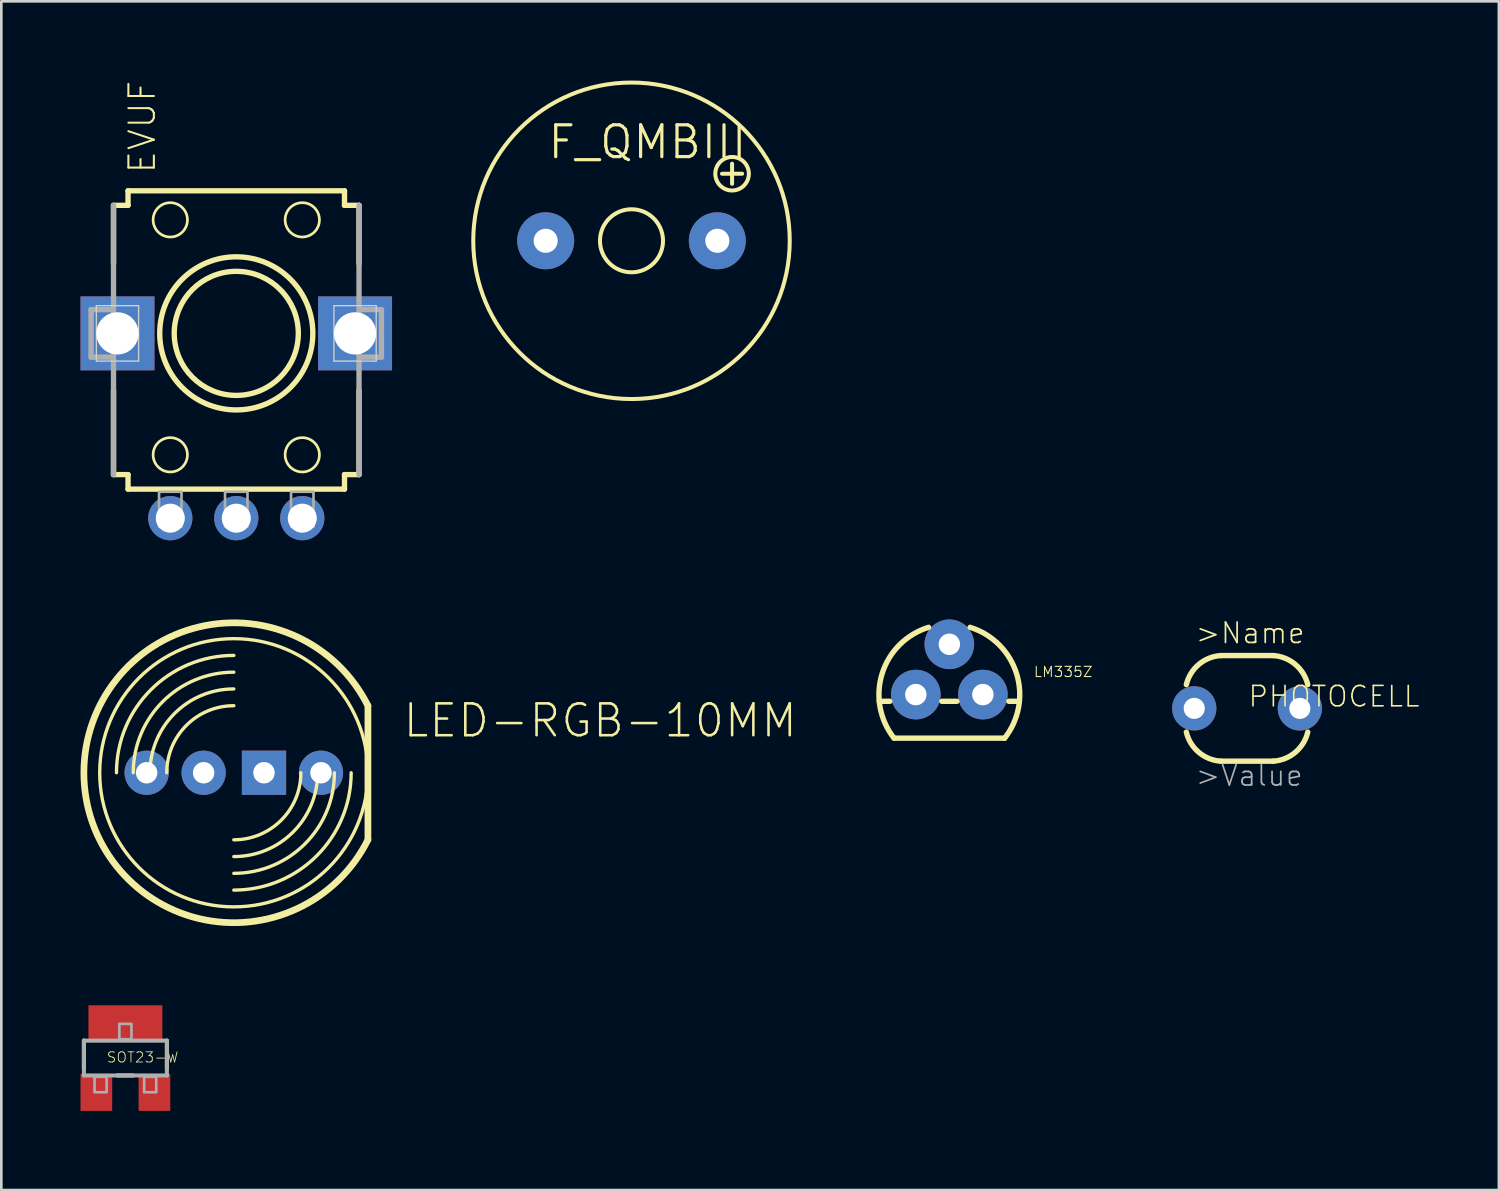
<source format=kicad_pcb>
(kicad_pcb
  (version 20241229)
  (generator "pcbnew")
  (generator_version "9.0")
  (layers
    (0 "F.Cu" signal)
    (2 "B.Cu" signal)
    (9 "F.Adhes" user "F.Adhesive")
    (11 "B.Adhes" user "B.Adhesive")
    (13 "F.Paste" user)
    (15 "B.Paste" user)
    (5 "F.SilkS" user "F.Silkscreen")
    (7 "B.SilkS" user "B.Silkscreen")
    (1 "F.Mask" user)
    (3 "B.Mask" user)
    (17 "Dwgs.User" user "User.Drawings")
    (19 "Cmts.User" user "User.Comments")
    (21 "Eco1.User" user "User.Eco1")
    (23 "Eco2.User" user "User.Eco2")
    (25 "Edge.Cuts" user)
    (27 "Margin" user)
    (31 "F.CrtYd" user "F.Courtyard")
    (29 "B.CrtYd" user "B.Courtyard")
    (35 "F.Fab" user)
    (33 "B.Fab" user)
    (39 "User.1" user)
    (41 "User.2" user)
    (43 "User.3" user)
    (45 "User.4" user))
  (footprint "LED-RGB-10MM"
    (layer "F.Cu")
    (at 5.807 26.222)
    (property "Reference" "LED-RGB-10MM" (at 6.35 -1.27 0) (layer "F.SilkS") (effects (font (size 1.206 1.206) (thickness 0.097)) (justify left bottom)))
    (attr through_hole)
    (fp_line (start 5.08 -2.54) (end 5.08 2.54) (stroke (width 0.254) (type solid)) (layer "F.SilkS"))
    (fp_arc (start -4.445 0) (mid -3.14309 -3.14309) (end 0 -4.445) (stroke (width 0.127) (type solid)) (layer "F.SilkS"))
    (fp_arc (start -3.81 0) (mid -2.694077 -2.694077) (end 0 -3.81) (stroke (width 0.127) (type solid)) (layer "F.SilkS"))
    (fp_arc (start -3.175 0) (mid -2.245064 -2.245064) (end 0 -3.175) (stroke (width 0.127) (type solid)) (layer "F.SilkS"))
    (fp_arc (start -2.54 0) (mid -1.796051 -1.796051) (end 0 -2.54) (stroke (width 0.127) (type solid)) (layer "F.SilkS"))
    (fp_arc (start 2.54 0) (mid 1.796051 1.796051) (end 0 2.54) (stroke (width 0.127) (type solid)) (layer "F.SilkS"))
    (fp_arc (start 3.175 0) (mid 2.245064 2.245064) (end 0 3.175) (stroke (width 0.127) (type solid)) (layer "F.SilkS"))
    (fp_arc (start 3.81 0) (mid 2.694077 2.694077) (end 0 3.81) (stroke (width 0.127) (type solid)) (layer "F.SilkS"))
    (fp_arc (start 4.445 0) (mid 3.14309 3.14309) (end 0 4.445) (stroke (width 0.127) (type solid)) (layer "F.SilkS"))
    (fp_arc (start 5.08 2.54) (mid -5.679613 0) (end 5.08 -2.54) (stroke (width 0.254) (type solid)) (layer "F.SilkS"))
    (fp_circle (center 0 0) (end 5.08 0) (stroke (width 0.127) (type solid)) (fill no) (layer "F.SilkS"))
    (pad "A" thru_hole rect (at 1.143 0) (size 1.676 1.676) (drill 0.813) (layers "*.Cu" "*.Mask"))
    (pad "CB" thru_hole circle (at -3.302 0) (size 1.676 1.676) (drill 0.813) (layers "*.Cu" "*.Mask"))
    (pad "CG" thru_hole circle (at -1.143 0) (size 1.676 1.676) (drill 0.813) (layers "*.Cu" "*.Mask"))
    (pad "CR" thru_hole circle (at 3.302 0) (size 1.676 1.676) (drill 0.813) (layers "*.Cu" "*.Mask")))
  (footprint "PHOTOCELL"
    (layer "F.Cu")
    (at 44.188 23.783)
    (property "Reference" "PHOTOCELL" (at 0 0 0) (layer "F.SilkS") (effects (font (size 0.772 0.772) (thickness 0.062)) (justify left bottom)))
    (attr through_hole)
    (fp_line (start -1 -2) (end 1 -2) (stroke (width 0.203) (type solid)) (layer "F.SilkS"))
    (fp_line (start 1 2) (end -1 2) (stroke (width 0.203) (type solid)) (layer "F.SilkS"))
    (fp_arc (start -2.299999 -0.899999) (mid -1.830277 -1.663054) (end -1 -2) (stroke (width 0.2032) (type solid)) (layer "F.SilkS"))
    (fp_arc (start -1 2) (mid -1.830294 1.663074) (end -2.3 0.9) (stroke (width 0.2032) (type solid)) (layer "F.SilkS"))
    (fp_arc (start 1 -2) (mid 1.830294 -1.663074) (end 2.3 -0.9) (stroke (width 0.2032) (type solid)) (layer "F.SilkS"))
    (fp_arc (start 2.299999 0.899999) (mid 1.830277 1.663054) (end 1 2) (stroke (width 0.2032) (type solid)) (layer "F.SilkS"))
    (fp_text user ">Name" (at -2 -2.4 0) (layer "F.SilkS") (effects (font (size 0.772 0.772) (thickness 0.065)) (justify left bottom)))
    (fp_text user ">Value" (at -2 3 0) (layer "F.Fab") (effects (font (size 0.772 0.772) (thickness 0.065)) (justify left bottom)))
    (pad "1" thru_hole circle (at -2 0) (size 1.676 1.676) (drill 0.8) (layers "*.Cu" "*.Mask"))
    (pad "2" thru_hole circle (at 2 0) (size 1.676 1.676) (drill 0.8) (layers "*.Cu" "*.Mask")))
  (footprint "LM335Z"
    (layer "F.Cu")
    (at 32.911 23.261)
    (property "Reference" "LM335Z" (at 3.175 -0.635 0) (layer "F.SilkS") (effects (font (size 0.386 0.386) (thickness 0.039)) (justify left bottom)))
    (attr through_hole)
    (fp_line (start -2.655 0.254) (end -2.254 0.254) (stroke (width 0.203) (type solid)) (layer "F.SilkS"))
    (fp_line (start -2.095 1.651) (end 2.095 1.651) (stroke (width 0.203) (type solid)) (layer "F.SilkS"))
    (fp_line (start -0.286 0.254) (end 0.286 0.254) (stroke (width 0.203) (type solid)) (layer "F.SilkS"))
    (fp_line (start 2.254 0.254) (end 2.655 0.254) (stroke (width 0.203) (type solid)) (layer "F.SilkS"))
    (fp_arc (start -2.0946 1.651) (mid -2.54634 -0.793276) (end -0.786301 -2.548501) (stroke (width 0.2032) (type solid)) (layer "F.SilkS"))
    (fp_arc (start 0.7863 -2.5484) (mid 2.54627 -0.793202) (end 2.0945 1.650999) (stroke (width 0.2032) (type solid)) (layer "F.SilkS"))
    (pad "1" thru_hole circle (at -1.27 0) (size 1.88 1.88) (drill 0.813) (layers "*.Cu" "*.Mask"))
    (pad "2" thru_hole circle (at 0 -1.905) (size 1.88 1.88) (drill 0.813) (layers "*.Cu" "*.Mask"))
    (pad "3" thru_hole circle (at 1.27 0) (size 1.88 1.88) (drill 0.813) (layers "*.Cu" "*.Mask")))
  (footprint "SOT23-W"
    (layer "F.Cu")
    (at 1.7 37.029)
    (property "Reference" "SOT23-W" (at 2.032 -0.254 180) (layer "F.SilkS") (effects (font (size 0.386 0.386) (thickness 0.031)) (justify right top)))
    (attr through_hole)
    (fp_line (start -1.572 0.398) (end -1.572 -0.66) (stroke (width 0.152) (type solid)) (layer "F.SilkS"))
    (fp_line (start 0.295 0.66) (end -0.309 0.66) (stroke (width 0.152) (type solid)) (layer "F.SilkS"))
    (fp_line (start 1.572 -0.66) (end 1.572 0.398) (stroke (width 0.152) (type solid)) (layer "F.SilkS"))
    (fp_line (start -1.572 -0.66) (end 1.572 -0.66) (stroke (width 0.152) (type solid)) (layer "F.Fab"))
    (fp_line (start -1.572 0.66) (end -1.572 -0.66) (stroke (width 0.152) (type solid)) (layer "F.Fab"))
    (fp_line (start 1.572 -0.66) (end 1.572 0.66) (stroke (width 0.152) (type solid)) (layer "F.Fab"))
    (fp_line (start 1.572 0.66) (end -1.572 0.66) (stroke (width 0.152) (type solid)) (layer "F.Fab"))
    (fp_poly (pts (xy -1.168 1.295) (xy -0.711 1.295) (xy -0.711 0.711) (xy -1.168 0.711)) (stroke (width 0.1) (type solid)) (fill no) (layer "F.Fab"))
    (fp_poly (pts (xy -0.229 -0.711) (xy 0.229 -0.711) (xy 0.229 -1.295) (xy -0.229 -1.295)) (stroke (width 0.1) (type solid)) (fill no) (layer "F.Fab"))
    (fp_poly (pts (xy 0.711 1.295) (xy 1.168 1.295) (xy 1.168 0.711) (xy 0.711 0.711)) (stroke (width 0.1) (type solid)) (fill no) (layer "F.Fab"))
    (pad "1" smd rect (at -1.1 1.3) (size 1.2 1.4) (layers "F.Cu" "F.Mask" "F.Paste"))
    (pad "2" smd rect (at 1.1 1.3) (size 1.2 1.4) (layers "F.Cu" "F.Mask" "F.Paste"))
    (pad "3" smd rect (at 0 -1.3) (size 2.8 1.4) (layers "F.Cu" "F.Mask" "F.Paste")))
  (footprint "F_QMBIII"
    (layer "F.Cu")
    (at 20.871 6.071)
    (property "Reference" "F_QMBIII" (at 4.445 -4.445 180) (layer "F.SilkS") (effects (font (size 1.206 1.206) (thickness 0.121)) (justify right top)))
    (attr through_hole)
    (fp_line (start 3.429 -2.54) (end 4.191 -2.54) (stroke (width 0.152) (type solid)) (layer "F.SilkS"))
    (fp_line (start 3.81 -2.159) (end 3.81 -2.921) (stroke (width 0.152) (type solid)) (layer "F.SilkS"))
    (fp_circle (center 0 0) (end 1.194 0) (stroke (width 0.152) (type solid)) (fill no) (layer "F.SilkS"))
    (fp_circle (center 0 0) (end 5.994 0) (stroke (width 0.152) (type solid)) (fill no) (layer "F.SilkS"))
    (fp_circle (center 3.81 -2.54) (end 4.445 -2.54) (stroke (width 0.152) (type solid)) (fill no) (layer "F.SilkS"))
    (pad "+" thru_hole circle (at 3.251 0) (size 2.159 2.159) (drill 0.914) (layers "*.Cu" "*.Mask"))
    (pad "-" thru_hole circle (at -3.251 0) (size 2.159 2.159) (drill 0.914) (layers "*.Cu" "*.Mask")))
  (footprint "EVUF"
    (layer "F.Cu")
    (at 5.9 9.578)
    (property "Reference" "EVUF" (at -3 -6 90) (layer "F.SilkS") (effects (font (size 0.965 0.965) (thickness 0.077)) (justify left bottom)))
    (attr through_hole)
    (fp_line (start -4.65 -2.65) (end -4.65 -4.85) (stroke (width 0.203) (type solid)) (layer "F.SilkS"))
    (fp_line (start -4.65 5.35) (end -4.65 2.15) (stroke (width 0.203) (type solid)) (layer "F.SilkS"))
    (fp_line (start -4.65 5.35) (end -4.1 5.35) (stroke (width 0.203) (type solid)) (layer "F.SilkS"))
    (fp_line (start -4.1 -5.4) (end -4.1 -4.85) (stroke (width 0.203) (type solid)) (layer "F.SilkS"))
    (fp_line (start -4.1 -5.4) (end 4.1 -5.4) (stroke (width 0.203) (type solid)) (layer "F.SilkS"))
    (fp_line (start -4.1 -4.85) (end -4.65 -4.85) (stroke (width 0.203) (type solid)) (layer "F.SilkS"))
    (fp_line (start -4.1 5.35) (end -4.1 5.9) (stroke (width 0.203) (type solid)) (layer "F.SilkS"))
    (fp_line (start 4.1 -4.85) (end 4.1 -5.4) (stroke (width 0.203) (type solid)) (layer "F.SilkS"))
    (fp_line (start 4.1 5.35) (end 4.65 5.35) (stroke (width 0.203) (type solid)) (layer "F.SilkS"))
    (fp_line (start 4.1 5.9) (end -4.1 5.9) (stroke (width 0.203) (type solid)) (layer "F.SilkS"))
    (fp_line (start 4.1 5.9) (end 4.1 5.35) (stroke (width 0.203) (type solid)) (layer "F.SilkS"))
    (fp_line (start 4.65 -4.85) (end 4.1 -4.85) (stroke (width 0.203) (type solid)) (layer "F.SilkS"))
    (fp_line (start 4.65 -4.85) (end 4.65 -2.65) (stroke (width 0.203) (type solid)) (layer "F.SilkS"))
    (fp_line (start 4.65 2.15) (end 4.65 5.35) (stroke (width 0.203) (type solid)) (layer "F.SilkS"))
    (fp_circle (center -2.5 -4.3) (end -1.85 -4.3) (stroke (width 0.102) (type solid)) (fill no) (layer "F.SilkS"))
    (fp_circle (center -2.5 4.6) (end -1.85 4.6) (stroke (width 0.102) (type solid)) (fill no) (layer "F.SilkS"))
    (fp_circle (center 0 0) (end 2.35 0) (stroke (width 0.203) (type solid)) (fill no) (layer "F.SilkS"))
    (fp_circle (center 0 0) (end 2.9 0) (stroke (width 0.203) (type solid)) (fill no) (layer "F.SilkS"))
    (fp_circle (center 2.5 -4.3) (end 3.15 -4.3) (stroke (width 0.102) (type solid)) (fill no) (layer "F.SilkS"))
    (fp_circle (center 2.5 4.6) (end 3.15 4.6) (stroke (width 0.102) (type solid)) (fill no) (layer "F.SilkS"))
    (fp_line (start -5.3 1.05) (end -5.3 -1.05) (stroke (width 0.05) (type solid)) (layer "Edge.Cuts"))
    (fp_line (start -3.7 -1.05) (end -5.3 -1.05) (stroke (width 0.05) (type solid)) (layer "Edge.Cuts"))
    (fp_line (start -3.7 -1.05) (end -3.7 1.05) (stroke (width 0.05) (type solid)) (layer "Edge.Cuts"))
    (fp_line (start -3.7 1.05) (end -5.3 1.05) (stroke (width 0.05) (type solid)) (layer "Edge.Cuts"))
    (fp_line (start 3.7 1.05) (end 3.7 -1.05) (stroke (width 0.05) (type solid)) (layer "Edge.Cuts"))
    (fp_line (start 5.3 -1.05) (end 3.7 -1.05) (stroke (width 0.05) (type solid)) (layer "Edge.Cuts"))
    (fp_line (start 5.3 -1.05) (end 5.3 1.05) (stroke (width 0.05) (type solid)) (layer "Edge.Cuts"))
    (fp_line (start 5.3 1.05) (end 3.7 1.05) (stroke (width 0.05) (type solid)) (layer "Edge.Cuts"))
    (fp_line (start -5.5 -0.9) (end -5.5 0.9) (stroke (width 0.203) (type solid)) (layer "F.Fab"))
    (fp_line (start -5.5 0.9) (end -4.75 0.9) (stroke (width 0.203) (type solid)) (layer "F.Fab"))
    (fp_line (start -4.75 -0.9) (end -5.5 -0.9) (stroke (width 0.203) (type solid)) (layer "F.Fab"))
    (fp_line (start -4.65 5.35) (end -4.65 -4.85) (stroke (width 0.203) (type solid)) (layer "F.Fab"))
    (fp_line (start 4.65 -4.85) (end 4.65 5.35) (stroke (width 0.203) (type solid)) (layer "F.Fab"))
    (fp_line (start 4.75 0.9) (end 5.5 0.9) (stroke (width 0.203) (type solid)) (layer "F.Fab"))
    (fp_line (start 5.5 -0.9) (end 4.75 -0.9) (stroke (width 0.203) (type solid)) (layer "F.Fab"))
    (fp_line (start 5.5 0.9) (end 5.5 -0.9) (stroke (width 0.203) (type solid)) (layer "F.Fab"))
    (fp_poly (pts (xy -2.925 7.325) (xy -2.075 7.325) (xy -2.075 6) (xy -2.925 6)) (stroke (width 0.1) (type solid)) (fill no) (layer "F.Fab"))
    (fp_poly (pts (xy -0.425 7.325) (xy 0.425 7.325) (xy 0.425 6) (xy -0.425 6)) (stroke (width 0.1) (type solid)) (fill no) (layer "F.Fab"))
    (fp_poly (pts (xy 2.075 7.325) (xy 2.925 7.325) (xy 2.925 6) (xy 2.075 6)) (stroke (width 0.1) (type solid)) (fill no) (layer "F.Fab"))
    (pad "1" thru_hole circle (at -2.5 7 270) (size 1.676 1.676) (drill 1.1) (layers "*.Cu" "*.Mask"))
    (pad "2" thru_hole circle (at 0 7 270) (size 1.676 1.676) (drill 1.1) (layers "*.Cu" "*.Mask"))
    (pad "3" thru_hole circle (at 2.5 7 270) (size 1.676 1.676) (drill 1.1) (layers "*.Cu" "*.Mask"))
    (pad "M1" thru_hole rect (at 4.5 0 270) (size 2.8 2.8) (drill 1.6) (layers "*.Cu" "*.Mask"))
    (pad "M2" thru_hole rect (at -4.5 0 270) (size 2.8 2.8) (drill 1.6) (layers "*.Cu" "*.Mask")))
  (gr_rect
    (start -3 -3)
    (end 53.727 42.029)
    (stroke (width 0.1) (type default))
    (fill no)
    (layer "Edge.Cuts")))
</source>
